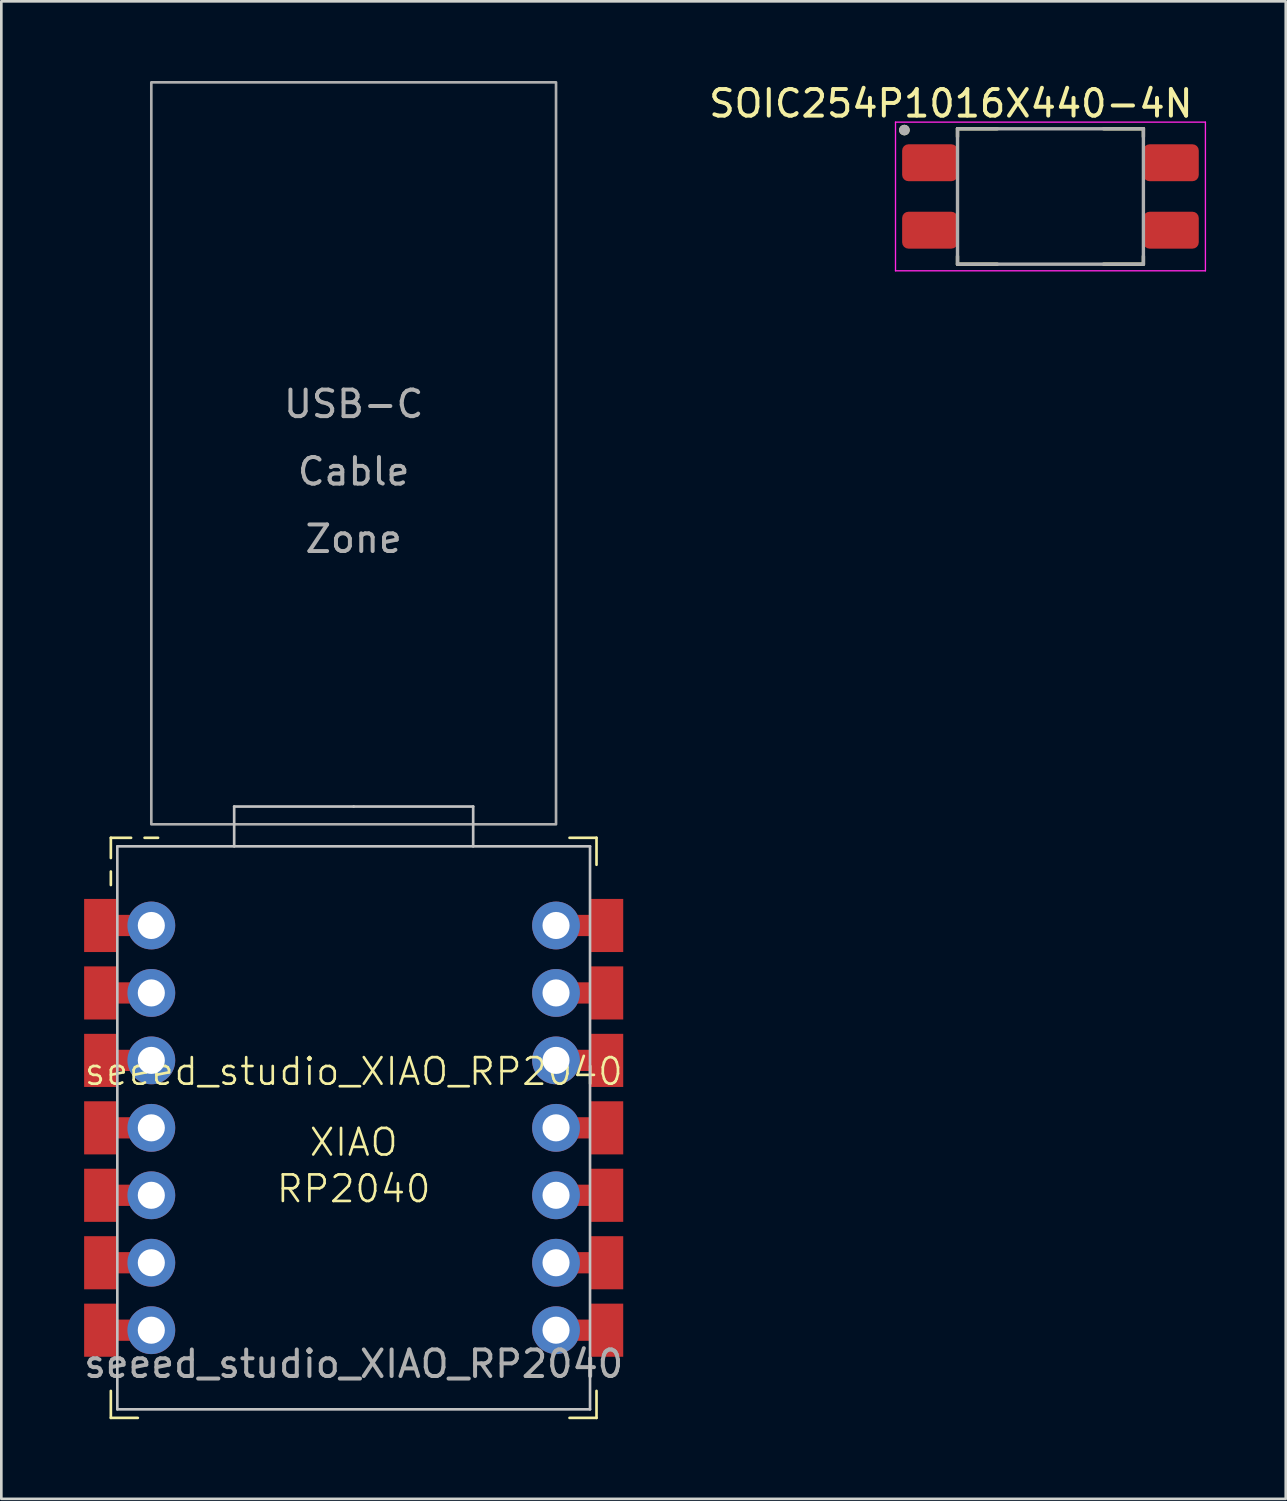
<source format=kicad_pcb>
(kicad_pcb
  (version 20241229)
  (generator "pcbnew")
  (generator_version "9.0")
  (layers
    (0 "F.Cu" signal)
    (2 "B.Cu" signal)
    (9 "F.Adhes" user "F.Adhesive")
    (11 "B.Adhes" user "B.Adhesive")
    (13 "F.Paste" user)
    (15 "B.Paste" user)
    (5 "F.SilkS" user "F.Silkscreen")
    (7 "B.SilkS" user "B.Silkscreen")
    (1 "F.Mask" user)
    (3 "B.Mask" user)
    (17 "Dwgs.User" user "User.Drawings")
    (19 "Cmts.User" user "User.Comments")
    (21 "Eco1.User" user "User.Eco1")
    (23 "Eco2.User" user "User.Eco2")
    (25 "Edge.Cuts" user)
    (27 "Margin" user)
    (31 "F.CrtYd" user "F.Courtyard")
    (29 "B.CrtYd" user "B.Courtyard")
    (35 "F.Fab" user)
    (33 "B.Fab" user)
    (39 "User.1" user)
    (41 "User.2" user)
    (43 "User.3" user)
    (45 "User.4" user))
  (footprint "SOIC254P1016X440-4N"
    (layer "F.Cu")
    (at 36.506 4.348)
    (property "Reference" "SOIC254P1016X440-4N" (at -3.75 -3.5 0) (layer "F.SilkS") (effects (font (size 1 1) (thickness 0.15))))
    (attr smd)
    (fp_line (start -3.5 -2.55) (end -3.5 -2.25) (stroke (width 0.127) (type solid)) (layer "F.SilkS"))
    (fp_line (start -3.5 -2.55) (end -2 -2.55) (stroke (width 0.127) (type solid)) (layer "F.SilkS"))
    (fp_line (start -3.5 2.55) (end -3.5 2.25) (stroke (width 0.127) (type solid)) (layer "F.SilkS"))
    (fp_line (start -3.5 2.55) (end -2 2.55) (stroke (width 0.127) (type solid)) (layer "F.SilkS"))
    (fp_line (start 2 -2.55) (end 3.5 -2.55) (stroke (width 0.127) (type solid)) (layer "F.SilkS"))
    (fp_line (start 2 2.55) (end 3.5 2.55) (stroke (width 0.127) (type solid)) (layer "F.SilkS"))
    (fp_line (start 3.5 -2.55) (end 3.5 -2.25) (stroke (width 0.127) (type solid)) (layer "F.SilkS"))
    (fp_line (start 3.5 2.55) (end 3.5 2.25) (stroke (width 0.127) (type solid)) (layer "F.SilkS"))
    (fp_circle (center -5.5 -2.5) (end -5.4 -2.5) (stroke (width 0.2) (type solid)) (fill no) (layer "F.SilkS"))
    (fp_line (start -5.835 -2.8) (end -5.835 2.8) (stroke (width 0.05) (type solid)) (layer "F.CrtYd"))
    (fp_line (start -5.835 -2.8) (end 5.835 -2.8) (stroke (width 0.05) (type solid)) (layer "F.CrtYd"))
    (fp_line (start -5.835 2.8) (end 5.835 2.8) (stroke (width 0.05) (type solid)) (layer "F.CrtYd"))
    (fp_line (start 5.835 -2.8) (end 5.835 2.8) (stroke (width 0.05) (type solid)) (layer "F.CrtYd"))
    (fp_line (start -3.5 -2.55) (end -3.5 2.55) (stroke (width 0.127) (type solid)) (layer "F.Fab"))
    (fp_line (start -3.5 -2.55) (end 3.5 -2.55) (stroke (width 0.127) (type solid)) (layer "F.Fab"))
    (fp_line (start -3.5 2.55) (end 3.5 2.55) (stroke (width 0.127) (type solid)) (layer "F.Fab"))
    (fp_line (start 3.5 -2.55) (end 3.5 2.55) (stroke (width 0.127) (type solid)) (layer "F.Fab"))
    (fp_circle (center -5.5 -2.5) (end -5.4 -2.5) (stroke (width 0.2) (type solid)) (fill no) (layer "F.Fab"))
    (pad "1" smd roundrect (at -4.54 -1.27) (size 2.09 1.39) (layers "F.Cu" "F.Mask" "F.Paste") (roundrect_rratio 0.17))
    (pad "2" smd roundrect (at -4.54 1.27) (size 2.09 1.39) (layers "F.Cu" "F.Mask" "F.Paste") (roundrect_rratio 0.17))
    (pad "3" smd roundrect (at 4.54 1.27) (size 2.09 1.39) (layers "F.Cu" "F.Mask" "F.Paste") (roundrect_rratio 0.17))
    (pad "4" smd roundrect (at 4.54 -1.27) (size 2.09 1.39) (layers "F.Cu" "F.Mask" "F.Paste") (roundrect_rratio 0.17)))
  (footprint "seeed_studio_XIAO_RP2040"
    (layer "F.Cu")
    (at 2.648 31.8)
    (property "Reference" "seeed_studio_XIAO_RP2040" (at 7.62 5.5 0) (unlocked yes) (layer "F.SilkS") (effects (font (size 1 1) (thickness 0.1))))
    (attr through_hole)
    (fp_line (start -1.524 -3.302) (end -0.762 -3.302) (stroke (width 0.1) (type solid)) (layer "F.SilkS"))
    (fp_line (start -1.524 -2.54) (end -1.524 -3.302) (stroke (width 0.1) (type solid)) (layer "F.SilkS"))
    (fp_line (start -1.524 -2.032) (end -1.524 -1.524) (stroke (width 0.1) (type solid)) (layer "F.SilkS"))
    (fp_line (start -1.524 17.526) (end -1.524 18.542) (stroke (width 0.1) (type solid)) (layer "F.SilkS"))
    (fp_line (start -1.524 18.542) (end -0.508 18.542) (stroke (width 0.1) (type solid)) (layer "F.SilkS"))
    (fp_line (start -0.254 -3.302) (end 0.254 -3.302) (stroke (width 0.1) (type solid)) (layer "F.SilkS"))
    (fp_line (start 15.748 -3.302) (end 16.764 -3.302) (stroke (width 0.1) (type solid)) (layer "F.SilkS"))
    (fp_line (start 15.748 18.542) (end 16.764 18.542) (stroke (width 0.1) (type solid)) (layer "F.SilkS"))
    (fp_line (start 16.764 -3.302) (end 16.764 -2.286) (stroke (width 0.1) (type solid)) (layer "F.SilkS"))
    (fp_line (start 16.764 18.542) (end 16.764 17.526) (stroke (width 0.1) (type solid)) (layer "F.SilkS"))
    (fp_line (start -1.28 -2.98) (end -1.28 18.22) (stroke (width 0.1) (type default)) (layer "Dwgs.User"))
    (fp_line (start 3.12 -2.98) (end 3.12 -4.48) (stroke (width 0.1) (type default)) (layer "Dwgs.User"))
    (fp_line (start 7.62 -4.48) (end 3.12 -4.48) (stroke (width 0.1) (type default)) (layer "Dwgs.User"))
    (fp_line (start 7.62 -4.48) (end 12.12 -4.48) (stroke (width 0.1) (type default)) (layer "Dwgs.User"))
    (fp_line (start 12.12 -2.98) (end 12.12 -4.48) (stroke (width 0.1) (type default)) (layer "Dwgs.User"))
    (fp_line (start 16.52 -2.98) (end -1.28 -2.98) (stroke (width 0.1) (type default)) (layer "Dwgs.User"))
    (fp_line (start 16.52 -2.98) (end 16.52 18.22) (stroke (width 0.1) (type default)) (layer "Dwgs.User"))
    (fp_line (start 16.52 18.22) (end -1.28 18.22) (stroke (width 0.1) (type default)) (layer "Dwgs.User"))
    (fp_rect (start 0 -31.75) (end 15.24 -3.81) (stroke (width 0.1) (type default)) (fill no) (layer "F.Fab"))
    (fp_text user "XIAO" (at 7.62 8.75 0) (unlocked yes) (layer "F.SilkS") (effects (font (size 1 1) (thickness 0.1)) (justify bottom)))
    (fp_text user "RP2040" (at 7.62 10.5 0) (unlocked yes) (layer "F.SilkS") (effects (font (size 1 1) (thickness 0.1)) (justify bottom)))
    (fp_text user "Cable" (at 7.62 -16.51 0) (unlocked yes) (layer "F.Fab") (effects (font (size 1 1) (thickness 0.15)) (justify bottom)))
    (fp_text user "USB-C" (at 7.62 -19.05 0) (unlocked yes) (layer "F.Fab") (effects (font (size 1 1) (thickness 0.15)) (justify bottom)))
    (fp_text user "${REFERENCE}" (at 7.62 16.51 0) (unlocked yes) (layer "F.Fab") (effects (font (size 1 1) (thickness 0.15))))
    (fp_text user "Zone" (at 7.62 -13.97 0) (unlocked yes) (layer "F.Fab") (effects (font (size 1 1) (thickness 0.15)) (justify bottom)))
    (pad "1" smd rect (at -1.905 0) (size 1.25 2) (layers "F.Cu" "F.Mask"))
    (pad "1" smd rect (at -0.9 0) (size 2 0.8) (layers "F.Cu"))
    (pad "1" thru_hole circle (at 0 0) (size 1.8 1.8) (drill 1.02) (layers "*.Cu" "*.Mask"))
    (pad "2" smd rect (at -1.905 2.54) (size 1.25 2) (layers "F.Cu" "F.Mask"))
    (pad "2" smd rect (at -0.9 2.54) (size 2 0.8) (layers "F.Cu"))
    (pad "2" thru_hole circle (at 0 2.54) (size 1.8 1.8) (drill 1.02) (layers "*.Cu" "*.Mask"))
    (pad "3" smd rect (at -1.905 5.08) (size 1.25 2) (layers "F.Cu" "F.Mask"))
    (pad "3" smd rect (at -0.9 5.08) (size 2 0.8) (layers "F.Cu"))
    (pad "3" thru_hole circle (at 0 5.08) (size 1.8 1.8) (drill 1.02) (layers "*.Cu" "*.Mask"))
    (pad "4" smd rect (at -1.905 7.62) (size 1.25 2) (layers "F.Cu" "F.Mask"))
    (pad "4" smd rect (at -0.9 7.62) (size 2 0.8) (layers "F.Cu"))
    (pad "4" thru_hole circle (at 0 7.62) (size 1.8 1.8) (drill 1.02) (layers "*.Cu" "*.Mask"))
    (pad "5" smd rect (at -1.905 10.16) (size 1.25 2) (layers "F.Cu" "F.Mask"))
    (pad "5" smd rect (at -0.9 10.16) (size 2 0.8) (layers "F.Cu"))
    (pad "5" thru_hole circle (at 0 10.16) (size 1.8 1.8) (drill 1.02) (layers "*.Cu" "*.Mask"))
    (pad "6" smd rect (at -1.905 12.7) (size 1.25 2) (layers "F.Cu" "F.Mask"))
    (pad "6" smd rect (at -0.9 12.7) (size 2 0.8) (layers "F.Cu"))
    (pad "6" thru_hole circle (at 0 12.7) (size 1.8 1.8) (drill 1.02) (layers "*.Cu" "*.Mask"))
    (pad "7" smd rect (at -1.905 15.24) (size 1.25 2) (layers "F.Cu" "F.Mask"))
    (pad "7" smd rect (at -0.9 15.24) (size 2 0.8) (layers "F.Cu"))
    (pad "7" thru_hole circle (at 0 15.24) (size 1.8 1.8) (drill 1.02) (layers "*.Cu" "*.Mask"))
    (pad "8" thru_hole circle (at 15.24 15.24) (size 1.8 1.8) (drill 1.02) (layers "*.Cu" "*.Mask"))
    (pad "8" smd rect (at 16.14 15.24) (size 2 0.8) (layers "F.Cu"))
    (pad "8" smd rect (at 17.145 15.24) (size 1.25 2) (layers "F.Cu" "F.Mask"))
    (pad "9" thru_hole circle (at 15.24 12.7) (size 1.8 1.8) (drill 1.02) (layers "*.Cu" "*.Mask"))
    (pad "9" smd rect (at 16.14 12.7) (size 2 0.8) (layers "F.Cu"))
    (pad "9" smd rect (at 17.145 12.7) (size 1.25 2) (layers "F.Cu" "F.Mask"))
    (pad "10" thru_hole circle (at 15.24 10.16) (size 1.8 1.8) (drill 1.02) (layers "*.Cu" "*.Mask"))
    (pad "10" smd rect (at 16.14 10.16) (size 2 0.8) (layers "F.Cu"))
    (pad "10" smd rect (at 17.145 10.16) (size 1.25 2) (layers "F.Cu" "F.Mask"))
    (pad "11" thru_hole circle (at 15.24 7.62) (size 1.8 1.8) (drill 1.02) (layers "*.Cu" "*.Mask"))
    (pad "11" smd rect (at 16.14 7.62) (size 2 0.8) (layers "F.Cu"))
    (pad "11" smd rect (at 17.145 7.62) (size 1.25 2) (layers "F.Cu" "F.Mask"))
    (pad "12" thru_hole circle (at 15.24 5.08) (size 1.8 1.8) (drill 1.02) (layers "*.Cu" "*.Mask"))
    (pad "12" smd rect (at 16.14 5.08) (size 2 0.8) (layers "F.Cu" "Eco1.User"))
    (pad "12" smd rect (at 17.145 5.08) (size 1.25 2) (layers "F.Cu" "F.Mask"))
    (pad "13" thru_hole circle (at 15.24 2.54) (size 1.8 1.8) (drill 1.02) (layers "*.Cu" "*.Mask"))
    (pad "13" smd rect (at 16.14 2.54) (size 2 0.8) (layers "F.Cu"))
    (pad "13" smd rect (at 17.145 2.54) (size 1.25 2) (layers "F.Cu" "F.Mask"))
    (pad "14" thru_hole circle (at 15.24 0) (size 1.8 1.8) (drill 1.02) (layers "*.Cu" "*.Mask"))
    (pad "14" smd rect (at 16.14 0) (size 2 0.8) (layers "F.Cu"))
    (pad "14" smd rect (at 17.145 0) (size 1.25 2) (layers "F.Cu" "F.Mask"))
    (zone (net_name "") (layer "F.Cu") (name "USB_C_KO_1") (hatch edge 0.5) (connect_pads) (min_thickness 0.25) (filled_areas_thickness no) (keepout (tracks allowed) (vias not_allowed) (pads not_allowed) (copperpour allowed) (footprints not_allowed)) (placement (enabled no)) (fill) (polygon (pts (xy 6.648 28.8) (xy 6.648 31.05) (xy 5.148 31.05) (xy 5.148 28.8))))
    (zone (net_name "") (layer "F.Cu") (name "USB_C_KO_3") (hatch edge 0.5) (connect_pads) (min_thickness 0.25) (filled_areas_thickness no) (keepout (tracks allowed) (vias not_allowed) (pads not_allowed) (copperpour allowed) (footprints not_allowed)) (placement (enabled no)) (fill) (polygon (pts (xy 6.648 33.05) (xy 6.648 35.3) (xy 5.148 35.3) (xy 5.148 33.05))))
    (zone (net_name "") (layer "F.Cu") (name "TP_GND") (hatch edge 0.5) (connect_pads) (min_thickness 0.25) (filled_areas_thickness no) (keepout (tracks allowed) (vias not_allowed) (pads not_allowed) (copperpour allowed) (footprints not_allowed)) (placement (enabled no)) (fill) (polygon (pts (xy 9.898 46.55) (xy 9.898 49.3) (xy 8.398 49.3) (xy 8.398 46.55))))
    (zone (net_name "") (layer "F.Cu") (name "TP_VIN") (hatch edge 0.5) (connect_pads) (min_thickness 0.25) (filled_areas_thickness no) (keepout (tracks allowed) (vias not_allowed) (pads not_allowed) (copperpour allowed) (footprints not_allowed)) (placement (enabled no)) (fill) (polygon (pts (xy 12.148 46.55) (xy 12.148 49.3) (xy 10.648 49.3) (xy 10.648 46.55))))
    (zone (net_name "") (layer "F.Cu") (name "USB_C_KO_2") (hatch edge 0.5) (connect_pads) (min_thickness 0.25) (filled_areas_thickness no) (keepout (tracks allowed) (vias not_allowed) (pads not_allowed) (copperpour allowed) (footprints not_allowed)) (placement (enabled no)) (fill) (polygon (pts (xy 15.398 28.8) (xy 15.398 31.05) (xy 13.898 31.05) (xy 13.898 28.8))))
    (zone (net_name "") (layer "F.Cu") (name "USB_C_KO_4") (hatch edge 0.5) (connect_pads) (min_thickness 0.25) (filled_areas_thickness no) (keepout (tracks allowed) (vias not_allowed) (pads not_allowed) (copperpour allowed) (footprints not_allowed)) (placement (enabled no)) (fill) (polygon (pts (xy 15.398 33.05) (xy 15.398 35.3) (xy 13.898 35.3) (xy 13.898 33.05))))
    (zone (net_name "") (layer "F.Cu") (name "TP_MISC_1") (hatch edge 0.5) (connect_pads) (min_thickness 0.25) (filled_areas_thickness no) (keepout (tracks allowed) (vias not_allowed) (pads not_allowed) (copperpour allowed) (footprints not_allowed)) (placement (enabled no)) (fill) (polygon (pts (xy 9.898 30.8) (xy 9.879 30.633) (xy 9.824 30.475) (xy 9.734 30.332) (xy 9.615 30.214) (xy 9.473 30.124) (xy 9.315 30.069) (xy 9.148 30.05) (xy 8.981 30.069) (xy 8.822 30.124) (xy 8.68 30.214) (xy 8.561 30.332) (xy 8.472 30.475) (xy 8.417 30.633) (xy 8.398 30.8) (xy 8.417 30.967) (xy 8.472 31.125) (xy 8.561 31.268) (xy 8.68 31.386) (xy 8.822 31.476) (xy 8.981 31.531) (xy 9.148 31.55) (xy 9.315 31.531) (xy 9.473 31.476) (xy 9.615 31.386) (xy 9.734 31.268) (xy 9.824 31.125) (xy 9.879 30.967))))
    (zone (net_name "") (layer "F.Cu") (name "TP_MISC_3") (hatch edge 0.5) (connect_pads) (min_thickness 0.25) (filled_areas_thickness no) (keepout (tracks allowed) (vias not_allowed) (pads not_allowed) (copperpour allowed) (footprints not_allowed)) (placement (enabled no)) (fill) (polygon (pts (xy 9.898 33.55) (xy 9.879 33.383) (xy 9.824 33.225) (xy 9.734 33.082) (xy 9.615 32.964) (xy 9.473 32.874) (xy 9.315 32.819) (xy 9.148 32.8) (xy 8.981 32.819) (xy 8.822 32.874) (xy 8.68 32.964) (xy 8.561 33.082) (xy 8.472 33.225) (xy 8.417 33.383) (xy 8.398 33.55) (xy 8.417 33.717) (xy 8.472 33.875) (xy 8.561 34.018) (xy 8.68 34.136) (xy 8.822 34.226) (xy 8.981 34.281) (xy 9.148 34.3) (xy 9.315 34.281) (xy 9.473 34.226) (xy 9.615 34.136) (xy 9.734 34.018) (xy 9.824 33.875) (xy 9.879 33.717))))
    (zone (net_name "") (layer "F.Cu") (name "TP_MISC_2") (hatch edge 0.5) (connect_pads) (min_thickness 0.25) (filled_areas_thickness no) (keepout (tracks allowed) (vias not_allowed) (pads not_allowed) (copperpour allowed) (footprints not_allowed)) (placement (enabled no)) (fill) (polygon (pts (xy 12.148 30.8) (xy 12.129 30.633) (xy 12.074 30.475) (xy 11.984 30.332) (xy 11.865 30.214) (xy 11.723 30.124) (xy 11.565 30.069) (xy 11.398 30.05) (xy 11.231 30.069) (xy 11.072 30.124) (xy 10.93 30.214) (xy 10.811 30.332) (xy 10.722 30.475) (xy 10.667 30.633) (xy 10.648 30.8) (xy 10.667 30.967) (xy 10.722 31.125) (xy 10.811 31.268) (xy 10.93 31.386) (xy 11.072 31.476) (xy 11.231 31.531) (xy 11.398 31.55) (xy 11.565 31.531) (xy 11.723 31.476) (xy 11.865 31.386) (xy 11.984 31.268) (xy 12.074 31.125) (xy 12.129 30.967))))
    (zone (net_name "") (layer "F.Cu") (name "TP_MISC_4") (hatch edge 0.5) (connect_pads) (min_thickness 0.25) (filled_areas_thickness no) (keepout (tracks allowed) (vias not_allowed) (pads not_allowed) (copperpour allowed) (footprints not_allowed)) (placement (enabled no)) (fill) (polygon (pts (xy 12.148 33.55) (xy 12.129 33.383) (xy 12.074 33.225) (xy 11.984 33.082) (xy 11.865 32.964) (xy 11.723 32.874) (xy 11.565 32.819) (xy 11.398 32.8) (xy 11.231 32.819) (xy 11.072 32.874) (xy 10.93 32.964) (xy 10.811 33.082) (xy 10.722 33.225) (xy 10.667 33.383) (xy 10.648 33.55) (xy 10.667 33.717) (xy 10.722 33.875) (xy 10.811 34.018) (xy 10.93 34.136) (xy 11.072 34.226) (xy 11.231 34.281) (xy 11.398 34.3) (xy 11.565 34.281) (xy 11.723 34.226) (xy 11.865 34.136) (xy 11.984 34.018) (xy 12.074 33.875) (xy 12.129 33.717)))))
  (gr_rect
    (start -3 -3)
    (end 45.366 53.392)
    (stroke (width 0.1) (type default))
    (fill no)
    (layer "Edge.Cuts")))
</source>
